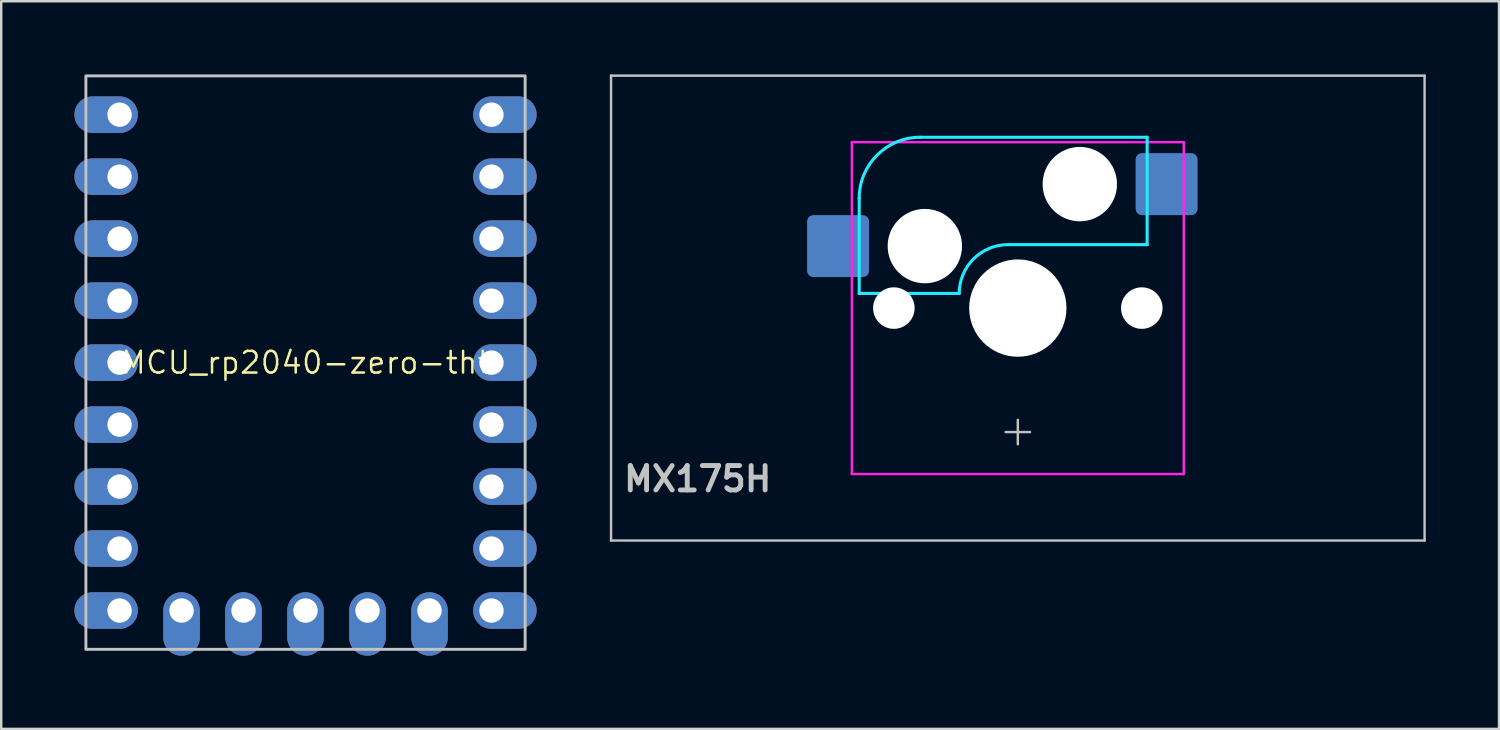
<source format=kicad_pcb>
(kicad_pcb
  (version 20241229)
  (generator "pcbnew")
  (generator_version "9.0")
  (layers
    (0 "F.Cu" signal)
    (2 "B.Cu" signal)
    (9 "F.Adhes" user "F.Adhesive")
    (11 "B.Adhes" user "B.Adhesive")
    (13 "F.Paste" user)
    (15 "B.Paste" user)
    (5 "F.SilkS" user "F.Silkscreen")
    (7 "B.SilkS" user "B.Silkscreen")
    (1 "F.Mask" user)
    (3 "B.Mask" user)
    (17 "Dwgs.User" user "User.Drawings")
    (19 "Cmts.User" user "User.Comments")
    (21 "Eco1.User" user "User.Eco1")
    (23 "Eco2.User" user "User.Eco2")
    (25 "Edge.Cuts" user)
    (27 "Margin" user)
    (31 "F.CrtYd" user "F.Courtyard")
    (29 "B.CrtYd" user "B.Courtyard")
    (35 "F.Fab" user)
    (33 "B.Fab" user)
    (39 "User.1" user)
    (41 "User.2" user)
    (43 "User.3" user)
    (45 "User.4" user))
  (footprint "MX175H"
    (layer "F.Cu")
    (at 38.659 9.575)
    (property "Reference" "MX175H" (at -16.25 7 180) (layer "Dwgs.User") (effects (font (size 1 1) (thickness 0.2)) (justify left)))
    (attr smd)
    (fp_line (start -16.669 9.525) (end -16.669 -9.525) (stroke (width 0.1) (type solid)) (layer "Dwgs.User"))
    (fp_line (start 0 4.58) (end 0 5.58) (stroke (width 0.1) (type solid)) (layer "Dwgs.User"))
    (fp_line (start 0.5 5.08) (end -0.5 5.08) (stroke (width 0.1) (type solid)) (layer "Dwgs.User"))
    (fp_line (start 16.669 -9.525) (end -16.669 -9.525) (stroke (width 0.1) (type solid)) (layer "Dwgs.User"))
    (fp_line (start 16.669 -9.525) (end 16.669 9.525) (stroke (width 0.1) (type solid)) (layer "Dwgs.User"))
    (fp_line (start 16.669 9.525) (end -16.669 9.525) (stroke (width 0.1) (type solid)) (layer "Dwgs.User"))
    (fp_line (start -7 6.5) (end -7 -6.5) (stroke (width 0.1) (type solid)) (layer "Eco1.User"))
    (fp_line (start -6.5 -7) (end 6.5 -7) (stroke (width 0.1) (type solid)) (layer "Eco1.User"))
    (fp_line (start 6.5 7) (end -6.5 7) (stroke (width 0.1) (type solid)) (layer "Eco1.User"))
    (fp_line (start 7 -6.5) (end 7 6.5) (stroke (width 0.1) (type solid)) (layer "Eco1.User"))
    (fp_arc (start -7 -6.5) (mid -6.853553 -6.853553) (end -6.5 -7) (stroke (width 0.1) (type solid)) (layer "Eco1.User"))
    (fp_arc (start -6.5 7) (mid -6.853553 6.853553) (end -7 6.5) (stroke (width 0.1) (type solid)) (layer "Eco1.User"))
    (fp_arc (start 6.5 -7) (mid 6.853553 -6.853553) (end 7 -6.5) (stroke (width 0.1) (type solid)) (layer "Eco1.User"))
    (fp_arc (start 7 6.5) (mid 6.853553 6.853553) (end 6.5 7) (stroke (width 0.1) (type solid)) (layer "Eco1.User"))
    (fp_line (start -6.5 -4.5) (end -6.5 -0.6) (stroke (width 0.127) (type solid)) (layer "B.CrtYd"))
    (fp_line (start -6.5 -0.6) (end -2.4 -0.6) (stroke (width 0.127) (type solid)) (layer "B.CrtYd"))
    (fp_line (start -0.4 -2.6) (end 5.3 -2.6) (stroke (width 0.127) (type solid)) (layer "B.CrtYd"))
    (fp_line (start 5.3 -7) (end -4 -7) (stroke (width 0.127) (type solid)) (layer "B.CrtYd"))
    (fp_line (start 5.3 -7) (end 5.3 -2.6) (stroke (width 0.127) (type solid)) (layer "B.CrtYd"))
    (fp_arc (start -6.5 -4.5) (mid -5.767767 -6.267767) (end -4 -7) (stroke (width 0.127) (type solid)) (layer "B.CrtYd"))
    (fp_arc (start -2.4 -0.6) (mid -1.814214 -2.014214) (end -0.4 -2.6) (stroke (width 0.127) (type solid)) (layer "B.CrtYd"))
    (fp_line (start -6.8 -6.8) (end -6.8 6.8) (stroke (width 0.1) (type solid)) (layer "F.CrtYd"))
    (fp_line (start 6.8 -6.8) (end -6.8 -6.8) (stroke (width 0.1) (type solid)) (layer "F.CrtYd"))
    (fp_line (start 6.8 -6.8) (end 6.8 6.8) (stroke (width 0.1) (type solid)) (layer "F.CrtYd"))
    (fp_line (start 6.8 6.8) (end -6.8 6.8) (stroke (width 0.1) (type solid)) (layer "F.CrtYd"))
    (pad "" np_thru_hole circle (at -5.08 0) (size 1.702 1.702) (drill 1.702) (layers "*.Cu" "*.Mask"))
    (pad "" np_thru_hole circle (at -3.81 -2.54 270) (size 3.048 3.048) (drill 3.048) (layers "*.Cu" "*.Mask"))
    (pad "" np_thru_hole circle (at 0 0) (size 3.988 3.988) (drill 3.988) (layers "*.Cu" "*.Mask"))
    (pad "" np_thru_hole circle (at 2.54 -5.08) (size 3.048 3.048) (drill 3.048) (layers "*.Cu" "*.Mask"))
    (pad "" np_thru_hole circle (at 5.08 0) (size 1.702 1.702) (drill 1.702) (layers "*.Cu" "*.Mask"))
    (pad "1" smd roundrect (at 6.096 -5.08) (size 2.54 2.54) (layers "B.Cu" "B.Mask") (roundrect_rratio 0.1))
    (pad "2" smd roundrect (at -7.366 -2.54) (size 2.54 2.54) (layers "B.Cu" "B.Mask") (roundrect_rratio 0.1)))
  (footprint "MCU_rp2040-zero-tht"
    (layer "F.Cu")
    (at 9.47 11.81)
    (property "Reference" "MCU_rp2040-zero-tht" (at 0 0 0) (layer "F.SilkS") (effects (font (size 0.889 0.889) (thickness 0.102))))
    (attr through_hole exclude_from_pos_files)
    (fp_rect (start -9 -11.75) (end 9 11.75) (stroke (width 0.12) (type solid)) (fill no) (layer "Dwgs.User"))
    (fp_rect (start -5.3 -11) (end 5.3 8.8) (stroke (width 0.1) (type default)) (fill no) (layer "Eco1.User"))
    (pad "1" thru_hole oval (at 7.62 -10.16 180) (size 2.6 1.5) (drill 1 (offset -0.55 0)) (layers "*.Cu" "*.Mask"))
    (pad "2" thru_hole oval (at 7.62 -7.62 180) (size 2.6 1.5) (drill 1 (offset -0.55 0)) (layers "*.Cu" "*.Mask"))
    (pad "3" thru_hole oval (at 7.62 -5.08 180) (size 2.6 1.5) (drill 1 (offset -0.55 0)) (layers "*.Cu" "*.Mask"))
    (pad "4" thru_hole oval (at 7.62 -2.54 180) (size 2.6 1.5) (drill 1 (offset -0.55 0)) (layers "*.Cu" "*.Mask"))
    (pad "5" thru_hole oval (at 7.62 0 180) (size 2.6 1.5) (drill 1 (offset -0.55 0)) (layers "*.Cu" "*.Mask"))
    (pad "6" thru_hole oval (at 7.62 2.54 180) (size 2.6 1.5) (drill 1 (offset -0.55 0)) (layers "*.Cu" "*.Mask"))
    (pad "7" thru_hole oval (at 7.62 5.08 180) (size 2.6 1.5) (drill 1 (offset -0.55 0)) (layers "*.Cu" "*.Mask"))
    (pad "8" thru_hole oval (at 7.62 7.62 180) (size 2.6 1.5) (drill 1 (offset -0.55 0)) (layers "*.Cu" "*.Mask"))
    (pad "9" thru_hole oval (at 7.62 10.16 180) (size 2.6 1.5) (drill 1 (offset -0.55 0)) (layers "*.Cu" "*.Mask"))
    (pad "10" thru_hole oval (at 5.08 10.16 90) (size 2.6 1.5) (drill 1 (offset -0.55 0)) (layers "*.Cu" "*.Mask"))
    (pad "11" thru_hole oval (at 2.54 10.16 90) (size 2.6 1.5) (drill 1 (offset -0.55 0)) (layers "*.Cu" "*.Mask"))
    (pad "12" thru_hole oval (at 0 10.16 90) (size 2.6 1.5) (drill 1 (offset -0.55 0)) (layers "*.Cu" "*.Mask"))
    (pad "13" thru_hole oval (at -2.54 10.16 90) (size 2.6 1.5) (drill 1 (offset -0.55 0)) (layers "*.Cu" "*.Mask"))
    (pad "14" thru_hole oval (at -5.08 10.16 90) (size 2.6 1.5) (drill 1 (offset -0.55 0)) (layers "*.Cu" "*.Mask"))
    (pad "15" thru_hole oval (at -7.62 10.16) (size 2.6 1.5) (drill 1 (offset -0.55 0)) (layers "*.Cu" "*.Mask"))
    (pad "16" thru_hole oval (at -7.62 7.62) (size 2.6 1.5) (drill 1 (offset -0.55 0)) (layers "*.Cu" "*.Mask"))
    (pad "17" thru_hole oval (at -7.62 5.08) (size 2.6 1.5) (drill 1 (offset -0.55 0)) (layers "*.Cu" "*.Mask"))
    (pad "18" thru_hole oval (at -7.62 2.54) (size 2.6 1.5) (drill 1 (offset -0.55 0)) (layers "*.Cu" "*.Mask"))
    (pad "19" thru_hole oval (at -7.62 0) (size 2.6 1.5) (drill 1 (offset -0.55 0)) (layers "*.Cu" "*.Mask"))
    (pad "20" thru_hole oval (at -7.62 -2.54) (size 2.6 1.5) (drill 1 (offset -0.55 0)) (layers "*.Cu" "*.Mask"))
    (pad "21" thru_hole oval (at -7.62 -5.08) (size 2.6 1.5) (drill 1 (offset -0.55 0)) (layers "*.Cu" "*.Mask"))
    (pad "22" thru_hole oval (at -7.62 -7.62) (size 2.6 1.5) (drill 1 (offset -0.55 0)) (layers "*.Cu" "*.Mask"))
    (pad "23" thru_hole oval (at -7.62 -10.16) (size 2.6 1.5) (drill 1 (offset -0.55 0)) (layers "*.Cu" "*.Mask")))
  (gr_rect
    (start -3 -3)
    (end 58.377 26.82)
    (stroke (width 0.1) (type default))
    (fill no)
    (layer "Edge.Cuts")))
</source>
